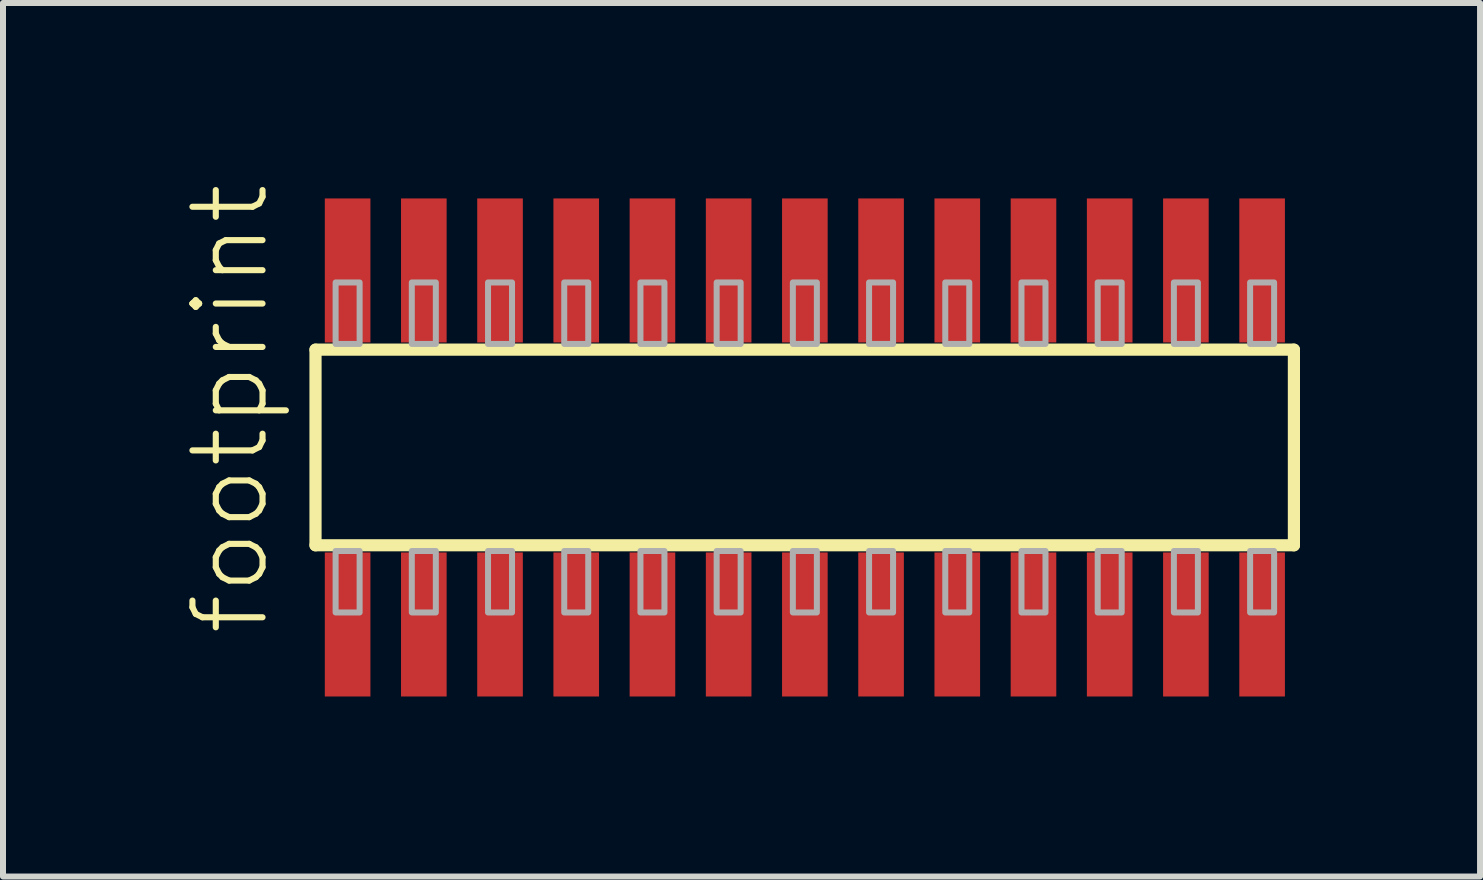
<source format=kicad_pcb>
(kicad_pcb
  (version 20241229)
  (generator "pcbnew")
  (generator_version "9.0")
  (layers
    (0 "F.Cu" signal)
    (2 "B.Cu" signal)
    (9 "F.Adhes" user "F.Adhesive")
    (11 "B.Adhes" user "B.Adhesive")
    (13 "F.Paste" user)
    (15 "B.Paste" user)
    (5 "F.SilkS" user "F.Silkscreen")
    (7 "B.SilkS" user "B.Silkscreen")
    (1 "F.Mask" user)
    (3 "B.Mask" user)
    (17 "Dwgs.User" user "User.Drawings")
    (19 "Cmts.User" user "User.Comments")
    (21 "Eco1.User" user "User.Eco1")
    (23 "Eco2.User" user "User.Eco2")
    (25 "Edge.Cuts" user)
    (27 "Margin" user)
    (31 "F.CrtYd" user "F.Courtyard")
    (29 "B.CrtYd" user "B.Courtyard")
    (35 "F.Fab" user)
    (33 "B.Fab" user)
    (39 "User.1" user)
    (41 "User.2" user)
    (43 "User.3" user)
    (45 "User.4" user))
  (footprint "footprint"
    (layer "F.Cu")
    (at 10.363 4.407)
    (property "Reference" "footprint" (at -8.89 3.175 90) (layer "F.SilkS") (effects (font (size 1.168 1.168) (thickness 0.102)) (justify left bottom)))
    (fp_line (start -8.155 -1.63) (end 8.15 -1.63) (stroke (width 0.203) (type solid)) (layer "F.SilkS"))
    (fp_line (start -8.155 1.63) (end -8.155 -1.63) (stroke (width 0.203) (type solid)) (layer "F.SilkS"))
    (fp_line (start 8.15 -1.63) (end 8.15 1.63) (stroke (width 0.203) (type solid)) (layer "F.SilkS"))
    (fp_line (start 8.15 1.63) (end -8.155 1.63) (stroke (width 0.203) (type solid)) (layer "F.SilkS"))
    (fp_poly (pts (xy -7.82 -1.725) (xy -7.42 -1.725) (xy -7.42 -2.75) (xy -7.82 -2.75)) (stroke (width 0.1) (type solid)) (fill no) (layer "F.Fab"))
    (fp_poly (pts (xy -7.42 1.725) (xy -7.82 1.725) (xy -7.82 2.75) (xy -7.42 2.75)) (stroke (width 0.1) (type solid)) (fill no) (layer "F.Fab"))
    (fp_poly (pts (xy -6.55 -1.725) (xy -6.15 -1.725) (xy -6.15 -2.75) (xy -6.55 -2.75)) (stroke (width 0.1) (type solid)) (fill no) (layer "F.Fab"))
    (fp_poly (pts (xy -6.15 1.725) (xy -6.55 1.725) (xy -6.55 2.75) (xy -6.15 2.75)) (stroke (width 0.1) (type solid)) (fill no) (layer "F.Fab"))
    (fp_poly (pts (xy -5.28 -1.725) (xy -4.88 -1.725) (xy -4.88 -2.75) (xy -5.28 -2.75)) (stroke (width 0.1) (type solid)) (fill no) (layer "F.Fab"))
    (fp_poly (pts (xy -4.88 1.725) (xy -5.28 1.725) (xy -5.28 2.75) (xy -4.88 2.75)) (stroke (width 0.1) (type solid)) (fill no) (layer "F.Fab"))
    (fp_poly (pts (xy -4.01 -1.725) (xy -3.61 -1.725) (xy -3.61 -2.75) (xy -4.01 -2.75)) (stroke (width 0.1) (type solid)) (fill no) (layer "F.Fab"))
    (fp_poly (pts (xy -3.61 1.725) (xy -4.01 1.725) (xy -4.01 2.75) (xy -3.61 2.75)) (stroke (width 0.1) (type solid)) (fill no) (layer "F.Fab"))
    (fp_poly (pts (xy -2.74 -1.725) (xy -2.34 -1.725) (xy -2.34 -2.75) (xy -2.74 -2.75)) (stroke (width 0.1) (type solid)) (fill no) (layer "F.Fab"))
    (fp_poly (pts (xy -2.34 1.725) (xy -2.74 1.725) (xy -2.74 2.75) (xy -2.34 2.75)) (stroke (width 0.1) (type solid)) (fill no) (layer "F.Fab"))
    (fp_poly (pts (xy -1.47 -1.725) (xy -1.07 -1.725) (xy -1.07 -2.75) (xy -1.47 -2.75)) (stroke (width 0.1) (type solid)) (fill no) (layer "F.Fab"))
    (fp_poly (pts (xy -1.07 1.725) (xy -1.47 1.725) (xy -1.47 2.75) (xy -1.07 2.75)) (stroke (width 0.1) (type solid)) (fill no) (layer "F.Fab"))
    (fp_poly (pts (xy -0.2 -1.725) (xy 0.2 -1.725) (xy 0.2 -2.75) (xy -0.2 -2.75)) (stroke (width 0.1) (type solid)) (fill no) (layer "F.Fab"))
    (fp_poly (pts (xy 0.2 1.725) (xy -0.2 1.725) (xy -0.2 2.75) (xy 0.2 2.75)) (stroke (width 0.1) (type solid)) (fill no) (layer "F.Fab"))
    (fp_poly (pts (xy 1.07 -1.725) (xy 1.47 -1.725) (xy 1.47 -2.75) (xy 1.07 -2.75)) (stroke (width 0.1) (type solid)) (fill no) (layer "F.Fab"))
    (fp_poly (pts (xy 1.47 1.725) (xy 1.07 1.725) (xy 1.07 2.75) (xy 1.47 2.75)) (stroke (width 0.1) (type solid)) (fill no) (layer "F.Fab"))
    (fp_poly (pts (xy 2.34 -1.725) (xy 2.74 -1.725) (xy 2.74 -2.75) (xy 2.34 -2.75)) (stroke (width 0.1) (type solid)) (fill no) (layer "F.Fab"))
    (fp_poly (pts (xy 2.74 1.725) (xy 2.34 1.725) (xy 2.34 2.75) (xy 2.74 2.75)) (stroke (width 0.1) (type solid)) (fill no) (layer "F.Fab"))
    (fp_poly (pts (xy 3.61 -1.725) (xy 4.01 -1.725) (xy 4.01 -2.75) (xy 3.61 -2.75)) (stroke (width 0.1) (type solid)) (fill no) (layer "F.Fab"))
    (fp_poly (pts (xy 4.01 1.725) (xy 3.61 1.725) (xy 3.61 2.75) (xy 4.01 2.75)) (stroke (width 0.1) (type solid)) (fill no) (layer "F.Fab"))
    (fp_poly (pts (xy 4.88 -1.725) (xy 5.28 -1.725) (xy 5.28 -2.75) (xy 4.88 -2.75)) (stroke (width 0.1) (type solid)) (fill no) (layer "F.Fab"))
    (fp_poly (pts (xy 5.28 1.725) (xy 4.88 1.725) (xy 4.88 2.75) (xy 5.28 2.75)) (stroke (width 0.1) (type solid)) (fill no) (layer "F.Fab"))
    (fp_poly (pts (xy 6.15 -1.725) (xy 6.55 -1.725) (xy 6.55 -2.75) (xy 6.15 -2.75)) (stroke (width 0.1) (type solid)) (fill no) (layer "F.Fab"))
    (fp_poly (pts (xy 6.55 1.725) (xy 6.15 1.725) (xy 6.15 2.75) (xy 6.55 2.75)) (stroke (width 0.1) (type solid)) (fill no) (layer "F.Fab"))
    (fp_poly (pts (xy 7.42 -1.725) (xy 7.82 -1.725) (xy 7.82 -2.75) (xy 7.42 -2.75)) (stroke (width 0.1) (type solid)) (fill no) (layer "F.Fab"))
    (fp_poly (pts (xy 7.82 1.725) (xy 7.42 1.725) (xy 7.42 2.75) (xy 7.82 2.75)) (stroke (width 0.1) (type solid)) (fill no) (layer "F.Fab"))
    (pad "1" smd rect (at -7.62 2.95) (size 0.76 2.4) (layers "F.Cu" "F.Mask" "F.Paste"))
    (pad "2" smd rect (at -7.62 -2.95) (size 0.76 2.4) (layers "F.Cu" "F.Mask" "F.Paste"))
    (pad "3" smd rect (at -6.35 2.95) (size 0.76 2.4) (layers "F.Cu" "F.Mask" "F.Paste"))
    (pad "4" smd rect (at -6.35 -2.95) (size 0.76 2.4) (layers "F.Cu" "F.Mask" "F.Paste"))
    (pad "5" smd rect (at -5.08 2.95) (size 0.76 2.4) (layers "F.Cu" "F.Mask" "F.Paste"))
    (pad "6" smd rect (at -5.08 -2.95) (size 0.76 2.4) (layers "F.Cu" "F.Mask" "F.Paste"))
    (pad "7" smd rect (at -3.81 2.95) (size 0.76 2.4) (layers "F.Cu" "F.Mask" "F.Paste"))
    (pad "8" smd rect (at -3.81 -2.95) (size 0.76 2.4) (layers "F.Cu" "F.Mask" "F.Paste"))
    (pad "9" smd rect (at -2.54 2.95) (size 0.76 2.4) (layers "F.Cu" "F.Mask" "F.Paste"))
    (pad "10" smd rect (at -2.54 -2.95) (size 0.76 2.4) (layers "F.Cu" "F.Mask" "F.Paste"))
    (pad "11" smd rect (at -1.27 2.95) (size 0.76 2.4) (layers "F.Cu" "F.Mask" "F.Paste"))
    (pad "12" smd rect (at -1.27 -2.95) (size 0.76 2.4) (layers "F.Cu" "F.Mask" "F.Paste"))
    (pad "13" smd rect (at 0 2.95) (size 0.76 2.4) (layers "F.Cu" "F.Mask" "F.Paste"))
    (pad "14" smd rect (at 0 -2.95) (size 0.76 2.4) (layers "F.Cu" "F.Mask" "F.Paste"))
    (pad "15" smd rect (at 1.27 2.95) (size 0.76 2.4) (layers "F.Cu" "F.Mask" "F.Paste"))
    (pad "16" smd rect (at 1.27 -2.95) (size 0.76 2.4) (layers "F.Cu" "F.Mask" "F.Paste"))
    (pad "17" smd rect (at 2.54 2.95) (size 0.76 2.4) (layers "F.Cu" "F.Mask" "F.Paste"))
    (pad "18" smd rect (at 2.54 -2.95) (size 0.76 2.4) (layers "F.Cu" "F.Mask" "F.Paste"))
    (pad "19" smd rect (at 3.81 2.95) (size 0.76 2.4) (layers "F.Cu" "F.Mask" "F.Paste"))
    (pad "20" smd rect (at 3.81 -2.95) (size 0.76 2.4) (layers "F.Cu" "F.Mask" "F.Paste"))
    (pad "21" smd rect (at 5.08 2.95) (size 0.76 2.4) (layers "F.Cu" "F.Mask" "F.Paste"))
    (pad "22" smd rect (at 5.08 -2.95) (size 0.76 2.4) (layers "F.Cu" "F.Mask" "F.Paste"))
    (pad "23" smd rect (at 6.35 2.95) (size 0.76 2.4) (layers "F.Cu" "F.Mask" "F.Paste"))
    (pad "24" smd rect (at 6.35 -2.95) (size 0.76 2.4) (layers "F.Cu" "F.Mask" "F.Paste"))
    (pad "25" smd rect (at 7.62 2.95) (size 0.76 2.4) (layers "F.Cu" "F.Mask" "F.Paste"))
    (pad "26" smd rect (at 7.62 -2.95) (size 0.76 2.4) (layers "F.Cu" "F.Mask" "F.Paste")))
  (gr_rect
    (start -3 -3)
    (end 21.615 11.557)
    (stroke (width 0.1) (type default))
    (fill no)
    (layer "Edge.Cuts")))
</source>
